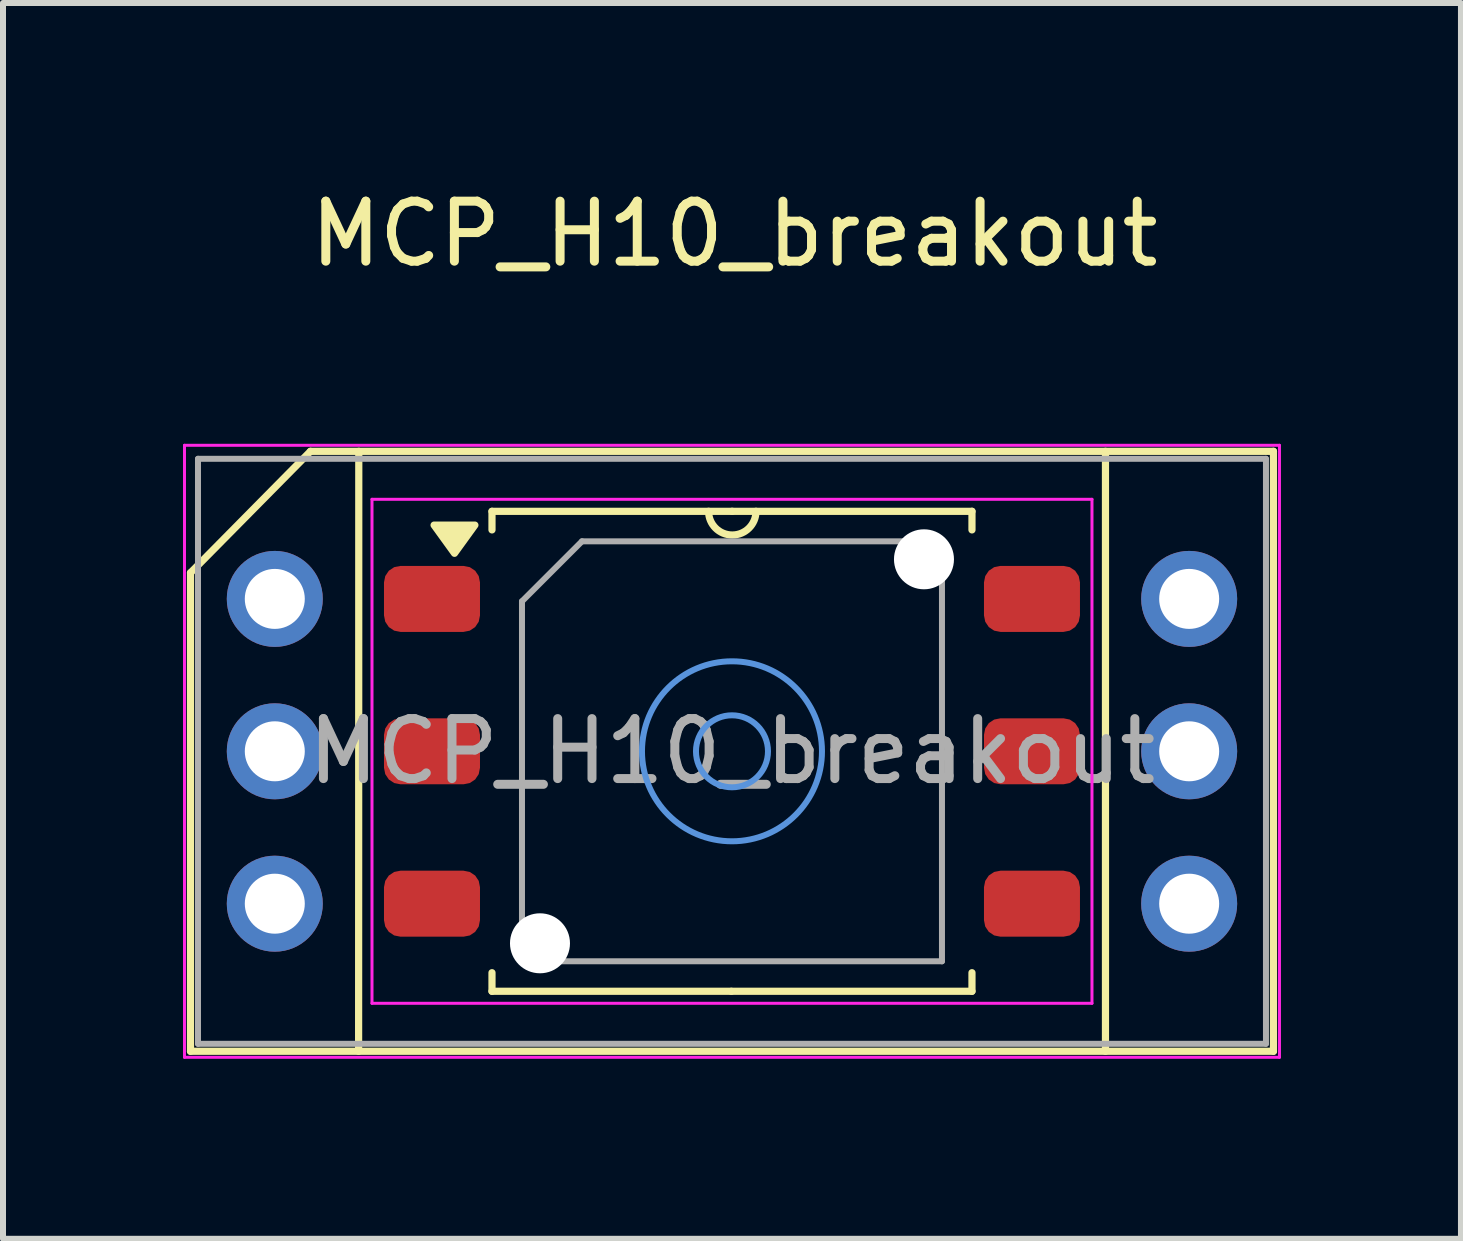
<source format=kicad_pcb>
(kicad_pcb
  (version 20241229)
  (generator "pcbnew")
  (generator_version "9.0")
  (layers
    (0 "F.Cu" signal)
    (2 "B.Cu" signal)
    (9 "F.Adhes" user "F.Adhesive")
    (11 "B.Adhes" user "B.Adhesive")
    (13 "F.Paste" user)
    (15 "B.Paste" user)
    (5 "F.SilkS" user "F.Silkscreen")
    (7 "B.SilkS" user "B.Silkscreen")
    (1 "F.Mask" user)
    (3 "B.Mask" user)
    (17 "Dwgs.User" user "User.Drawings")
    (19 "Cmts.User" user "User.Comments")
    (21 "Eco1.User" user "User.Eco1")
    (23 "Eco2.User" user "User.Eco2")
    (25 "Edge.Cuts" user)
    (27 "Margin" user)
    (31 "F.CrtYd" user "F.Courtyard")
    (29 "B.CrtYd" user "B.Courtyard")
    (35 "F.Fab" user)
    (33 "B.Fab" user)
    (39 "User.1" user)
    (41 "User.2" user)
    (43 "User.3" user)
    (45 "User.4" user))
  (footprint "MCP_H10_breakout"
    (layer "F.Cu")
    (at 9.15 9.472)
    (property "Reference" "MCP_H10_breakout" (at 0.04 -8.624 0) (unlocked yes) (layer "F.SilkS") (effects (font (size 1 1) (thickness 0.15))))
    (attr smd)
    (fp_line (start -9.025 -2.975) (end -9.025 5) (stroke (width 0.12) (type solid)) (layer "F.SilkS"))
    (fp_line (start -9.025 5) (end 9.025 5) (stroke (width 0.12) (type solid)) (layer "F.SilkS"))
    (fp_line (start -7.025 -5) (end -9.025 -2.975) (stroke (width 0.12) (type default)) (layer "F.SilkS"))
    (fp_line (start -6.22 -5) (end -6.223 5) (stroke (width 0.12) (type solid)) (layer "F.SilkS"))
    (fp_line (start -4 -4) (end -4 -3.69) (stroke (width 0.12) (type solid)) (layer "F.SilkS"))
    (fp_line (start -4 4) (end -4 3.69) (stroke (width 0.12) (type solid)) (layer "F.SilkS"))
    (fp_line (start -0.01 4) (end -4 4) (stroke (width 0.12) (type solid)) (layer "F.SilkS"))
    (fp_line (start -0.01 4) (end 4 4) (stroke (width 0.12) (type solid)) (layer "F.SilkS"))
    (fp_line (start 0 -4) (end 4 -4) (stroke (width 0.12) (type solid)) (layer "F.SilkS"))
    (fp_line (start 0.005 -4) (end -4 -4) (stroke (width 0.12) (type solid)) (layer "F.SilkS"))
    (fp_line (start 4 -4) (end 4 -3.69) (stroke (width 0.12) (type solid)) (layer "F.SilkS"))
    (fp_line (start 4 4) (end 4 3.69) (stroke (width 0.12) (type solid)) (layer "F.SilkS"))
    (fp_line (start 6.225 -5) (end 6.225 5) (stroke (width 0.12) (type solid)) (layer "F.SilkS"))
    (fp_line (start 9.025 -5) (end -7.025 -5) (stroke (width 0.12) (type solid)) (layer "F.SilkS"))
    (fp_line (start 9.025 5) (end 9.025 -5) (stroke (width 0.12) (type solid)) (layer "F.SilkS"))
    (fp_arc (start 0.4 -4) (mid 0.005 -3.605) (end -0.39 -4) (stroke (width 0.12) (type default)) (layer "F.SilkS"))
    (fp_poly (pts (xy -4.625 -3.3) (xy -4.965 -3.77) (xy -4.285 -3.77) (xy -4.625 -3.3)) (stroke (width 0.12) (type solid)) (fill yes) (layer "F.SilkS"))
    (fp_circle (center 0 0) (end 0.6 0) (stroke (width 0.1) (type default)) (fill no) (layer "Cmts.User"))
    (fp_circle (center 0 0) (end 1.5 0) (stroke (width 0.1) (type default)) (fill no) (layer "Cmts.User"))
    (fp_line (start -9.125 -5.1) (end -9.125 5.1) (stroke (width 0.05) (type solid)) (layer "F.CrtYd"))
    (fp_line (start -9.125 -5.1) (end 9.125 -5.1) (stroke (width 0.05) (type solid)) (layer "F.CrtYd"))
    (fp_line (start -6 -4.2) (end -6 4.2) (stroke (width 0.05) (type solid)) (layer "F.CrtYd"))
    (fp_line (start -6 4.2) (end 6 4.2) (stroke (width 0.05) (type solid)) (layer "F.CrtYd"))
    (fp_line (start 6 -4.2) (end -6 -4.2) (stroke (width 0.05) (type solid)) (layer "F.CrtYd"))
    (fp_line (start 6 4.2) (end 6 -4.2) (stroke (width 0.05) (type solid)) (layer "F.CrtYd"))
    (fp_line (start 9.125 5.1) (end -9.125 5.1) (stroke (width 0.05) (type solid)) (layer "F.CrtYd"))
    (fp_line (start 9.125 5.1) (end 9.125 -5.1) (stroke (width 0.05) (type solid)) (layer "F.CrtYd"))
    (fp_line (start -8.9 -4.875) (end 8.9 -4.875) (stroke (width 0.1) (type solid)) (layer "F.Fab"))
    (fp_line (start -8.9 4.875) (end -8.9 -4.875) (stroke (width 0.1) (type solid)) (layer "F.Fab"))
    (fp_line (start -3.5 -2.5) (end -2.5 -3.5) (stroke (width 0.1) (type solid)) (layer "F.Fab"))
    (fp_line (start -3.5 3.5) (end -3.5 -2.5) (stroke (width 0.1) (type solid)) (layer "F.Fab"))
    (fp_line (start -2.5 -3.5) (end 3.5 -3.5) (stroke (width 0.1) (type solid)) (layer "F.Fab"))
    (fp_line (start 3.5 -3.5) (end 3.5 3.5) (stroke (width 0.1) (type solid)) (layer "F.Fab"))
    (fp_line (start 3.5 3.5) (end -3.5 3.5) (stroke (width 0.1) (type solid)) (layer "F.Fab"))
    (fp_line (start 8.9 -4.875) (end 8.9 4.875) (stroke (width 0.1) (type solid)) (layer "F.Fab"))
    (fp_line (start 8.9 4.875) (end -8.9 4.875) (stroke (width 0.1) (type solid)) (layer "F.Fab"))
    (fp_text user "${REFERENCE}" (at 0 0 0) (layer "F.Fab") (effects (font (size 1 1) (thickness 0.15))))
    (pad "" np_thru_hole circle (at -3.2 3.2) (size 1 1) (drill 1) (layers "*.Cu" "*.Mask"))
    (pad "" np_thru_hole circle (at 3.2 -3.2) (size 1 1) (drill 1) (layers "*.Cu" "*.Mask"))
    (pad "1" thru_hole oval (at -7.62 -2.54) (size 1.6 1.6) (drill 1) (layers "*.Cu" "*.Mask"))
    (pad "1" smd roundrect (at -5 -2.54) (size 1.6 1.1) (layers "F.Cu" "F.Mask" "F.Paste") (roundrect_rratio 0.25))
    (pad "2" thru_hole oval (at -7.62 0) (size 1.6 1.6) (drill 1) (layers "*.Cu" "*.Mask"))
    (pad "2" smd roundrect (at -5 0) (size 1.6 1.1) (layers "F.Cu" "F.Mask" "F.Paste") (roundrect_rratio 0.25))
    (pad "3" thru_hole oval (at -7.62 2.54) (size 1.6 1.6) (drill 1) (layers "*.Cu" "*.Mask"))
    (pad "3" smd roundrect (at -5 2.54) (size 1.6 1.1) (layers "F.Cu" "F.Mask" "F.Paste") (roundrect_rratio 0.25))
    (pad "4" smd roundrect (at 5 2.54) (size 1.6 1.1) (layers "F.Cu" "F.Mask" "F.Paste") (roundrect_rratio 0.25))
    (pad "4" thru_hole oval (at 7.62 2.54) (size 1.6 1.6) (drill 1) (layers "*.Cu" "*.Mask"))
    (pad "5" smd roundrect (at 5 0) (size 1.6 1.1) (layers "F.Cu" "F.Mask" "F.Paste") (roundrect_rratio 0.25))
    (pad "5" thru_hole oval (at 7.62 0) (size 1.6 1.6) (drill 1) (layers "*.Cu" "*.Mask"))
    (pad "6" smd roundrect (at 5 -2.54) (size 1.6 1.1) (layers "F.Cu" "F.Mask" "F.Paste") (roundrect_rratio 0.25))
    (pad "6" thru_hole oval (at 7.62 -2.54) (size 1.6 1.6) (drill 1) (layers "*.Cu" "*.Mask")))
  (gr_rect
    (start -3 -3)
    (end 21.3 17.597)
    (stroke (width 0.1) (type default))
    (fill no)
    (layer "Edge.Cuts")))
</source>
